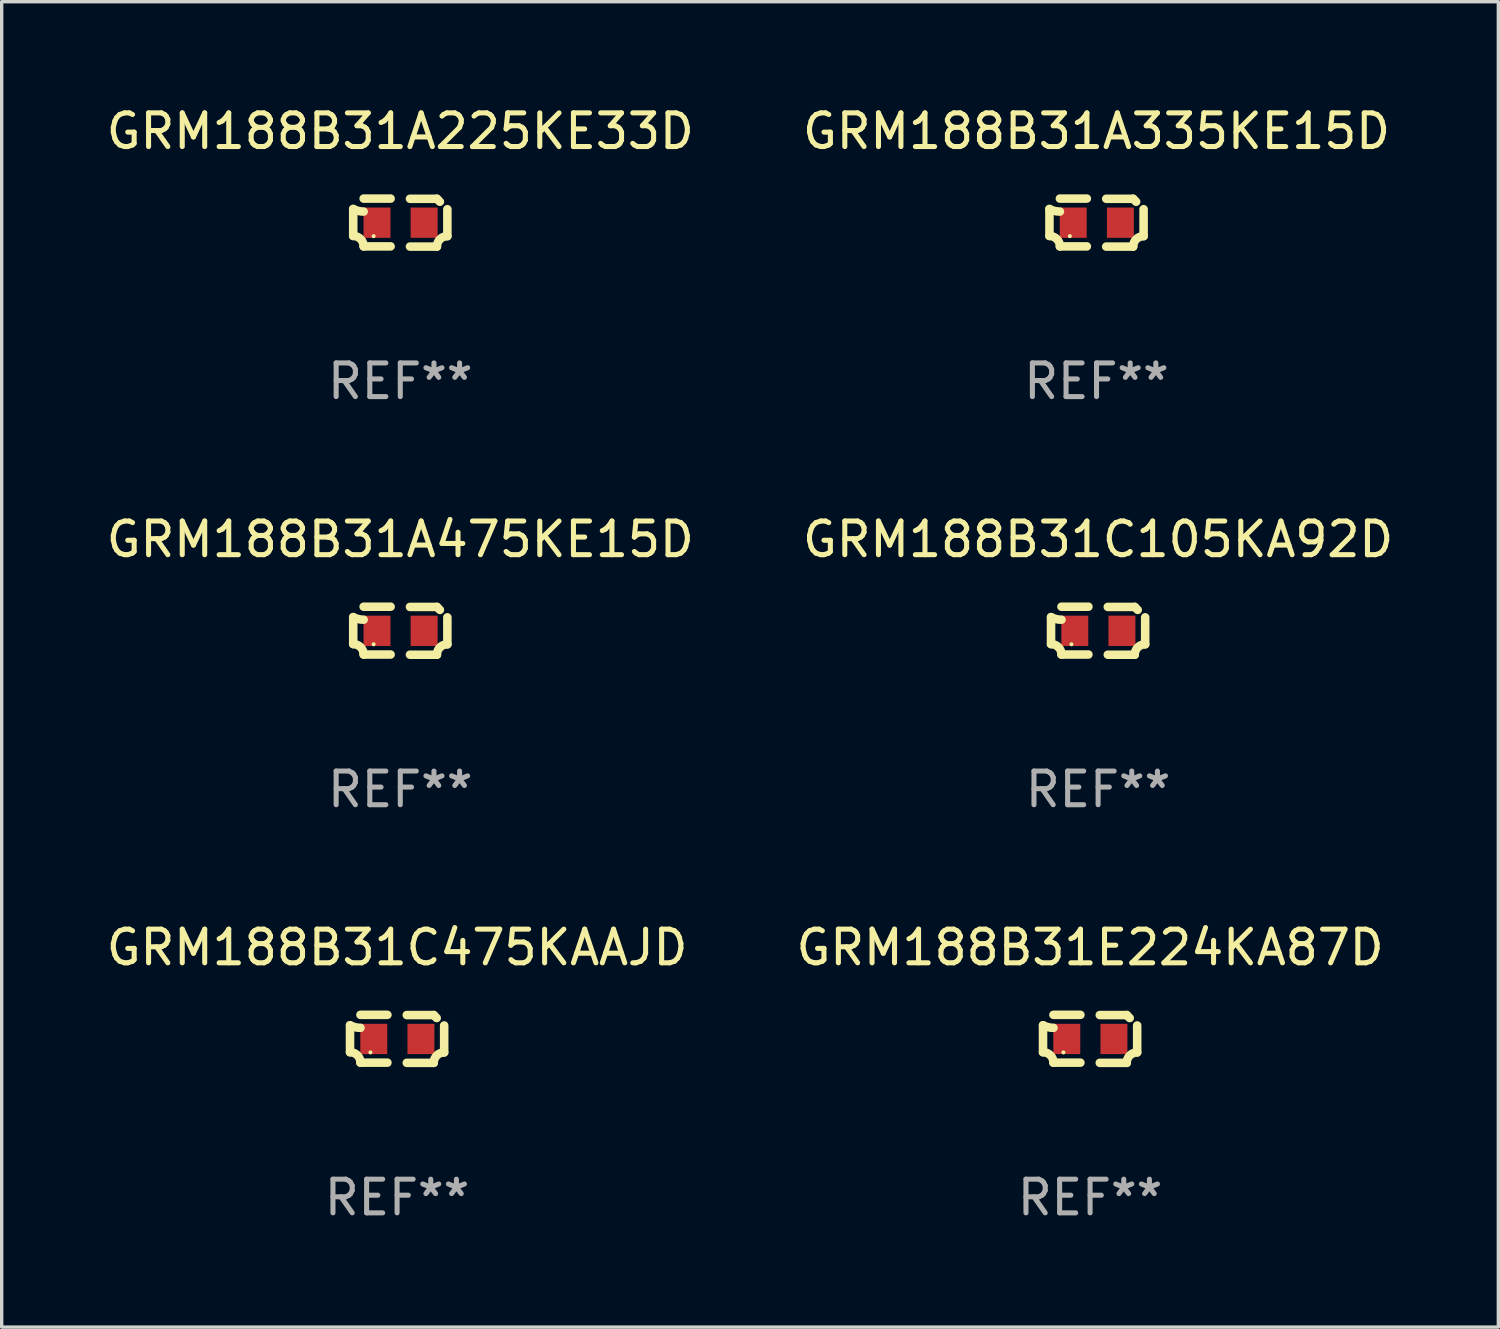
<source format=kicad_pcb>
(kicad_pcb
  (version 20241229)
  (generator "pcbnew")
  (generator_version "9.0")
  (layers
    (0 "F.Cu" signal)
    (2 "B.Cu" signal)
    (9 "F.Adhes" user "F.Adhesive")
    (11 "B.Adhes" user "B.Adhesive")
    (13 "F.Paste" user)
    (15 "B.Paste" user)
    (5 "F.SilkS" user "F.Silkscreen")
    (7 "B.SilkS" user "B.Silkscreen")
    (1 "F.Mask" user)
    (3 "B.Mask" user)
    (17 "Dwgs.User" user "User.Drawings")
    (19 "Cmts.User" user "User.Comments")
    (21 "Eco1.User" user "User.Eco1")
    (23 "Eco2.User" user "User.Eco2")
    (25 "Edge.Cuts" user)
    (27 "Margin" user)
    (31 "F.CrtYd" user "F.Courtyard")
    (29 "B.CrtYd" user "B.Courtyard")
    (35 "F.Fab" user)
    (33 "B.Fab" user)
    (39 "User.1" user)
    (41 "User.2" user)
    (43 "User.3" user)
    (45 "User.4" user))
  (footprint "GRM188B31A475KE15D"
    (layer "F.Cu")
    (at 8.839 15.683)
    (property "Reference" "GRM188B31A475KE15D" (at 0 -2.713 0) (layer "F.SilkS") (effects (font (size 1 1) (thickness 0.15))))
    (attr through_hole)
    (fp_line (start -1.398 -0.403) (end -1.398 0.397) (stroke (width 0.254) (type solid)) (layer "F.SilkS"))
    (fp_line (start -0.288 -0.713) (end -1.088 -0.713) (stroke (width 0.254) (type solid)) (layer "F.SilkS"))
    (fp_line (start -0.288 0.707) (end -1.088 0.707) (stroke (width 0.254) (type solid)) (layer "F.SilkS"))
    (fp_line (start 0.288 -0.707) (end 1.088 -0.707) (stroke (width 0.254) (type solid)) (layer "F.SilkS"))
    (fp_line (start 0.288 0.713) (end 1.088 0.713) (stroke (width 0.254) (type solid)) (layer "F.SilkS"))
    (fp_line (start 1.398 -0.397) (end 1.398 0.403) (stroke (width 0.254) (type solid)) (layer "F.SilkS"))
    (fp_arc (start -1.397789 0.397066) (mid -1.178701 0.487826) (end -1.08796 0.706922) (stroke (width 0.254001) (type solid)) (layer "F.SilkS"))
    (fp_arc (start -1.08796 -0.327176) (mid -1.247436 -0.346384) (end -1.39779 -0.402908) (stroke (width 0.254001) (type solid)) (layer "F.SilkS"))
    (fp_arc (start 1.087909 0.712738) (mid 1.178656 0.493655) (end 1.397739 0.402908) (stroke (width 0.254001) (type solid)) (layer "F.SilkS"))
    (fp_arc (start 1.175925 -0.618926) (mid 1.131917 -0.662923) (end 1.08791 -0.706922) (stroke (width 0.254001) (type solid)) (layer "F.SilkS"))
    (fp_circle (center -0.792 0.403) (end -0.762 0.403) (stroke (width 0.06) (type solid)) (fill no) (layer "F.SilkS"))
    (fp_text user "REF**" (at 0 4.713 0) (layer "F.Fab") (effects (font (size 1 1) (thickness 0.15))))
    (pad "1" smd rect (at -0.692 0.003) (size 0.8 0.9) (layers "F.Cu" "F.Mask" "F.Paste"))
    (pad "2" smd rect (at 0.708 0.003) (size 0.8 0.9) (layers "F.Cu" "F.Mask" "F.Paste")))
  (footprint "GRM188B31A225KE33D"
    (layer "F.Cu")
    (at 8.839 3.561)
    (property "Reference" "GRM188B31A225KE33D" (at 0 -2.713 0) (layer "F.SilkS") (effects (font (size 1 1) (thickness 0.15))))
    (attr through_hole)
    (fp_line (start -1.398 -0.403) (end -1.398 0.397) (stroke (width 0.254) (type solid)) (layer "F.SilkS"))
    (fp_line (start -0.288 -0.713) (end -1.088 -0.713) (stroke (width 0.254) (type solid)) (layer "F.SilkS"))
    (fp_line (start -0.288 0.707) (end -1.088 0.707) (stroke (width 0.254) (type solid)) (layer "F.SilkS"))
    (fp_line (start 0.288 -0.707) (end 1.088 -0.707) (stroke (width 0.254) (type solid)) (layer "F.SilkS"))
    (fp_line (start 0.288 0.713) (end 1.088 0.713) (stroke (width 0.254) (type solid)) (layer "F.SilkS"))
    (fp_line (start 1.398 -0.397) (end 1.398 0.403) (stroke (width 0.254) (type solid)) (layer "F.SilkS"))
    (fp_arc (start -1.397789 0.397066) (mid -1.178701 0.487826) (end -1.08796 0.706922) (stroke (width 0.254001) (type solid)) (layer "F.SilkS"))
    (fp_arc (start -1.08796 -0.327176) (mid -1.247436 -0.346384) (end -1.39779 -0.402908) (stroke (width 0.254001) (type solid)) (layer "F.SilkS"))
    (fp_arc (start 1.087909 0.712738) (mid 1.178656 0.493655) (end 1.397739 0.402908) (stroke (width 0.254001) (type solid)) (layer "F.SilkS"))
    (fp_arc (start 1.175925 -0.618926) (mid 1.131917 -0.662923) (end 1.08791 -0.706922) (stroke (width 0.254001) (type solid)) (layer "F.SilkS"))
    (fp_circle (center -0.792 0.403) (end -0.762 0.403) (stroke (width 0.06) (type solid)) (fill no) (layer "F.SilkS"))
    (fp_text user "REF**" (at 0 4.713 0) (layer "F.Fab") (effects (font (size 1 1) (thickness 0.15))))
    (pad "1" smd rect (at -0.692 0.003) (size 0.8 0.9) (layers "F.Cu" "F.Mask" "F.Paste"))
    (pad "2" smd rect (at 0.708 0.003) (size 0.8 0.9) (layers "F.Cu" "F.Mask" "F.Paste")))
  (footprint "GRM188B31C105KA92D"
    (layer "F.Cu")
    (at 29.565 15.683)
    (property "Reference" "GRM188B31C105KA92D" (at 0 -2.713 0) (layer "F.SilkS") (effects (font (size 1 1) (thickness 0.15))))
    (attr through_hole)
    (fp_line (start -1.398 -0.403) (end -1.398 0.397) (stroke (width 0.254) (type solid)) (layer "F.SilkS"))
    (fp_line (start -0.288 -0.713) (end -1.088 -0.713) (stroke (width 0.254) (type solid)) (layer "F.SilkS"))
    (fp_line (start -0.288 0.707) (end -1.088 0.707) (stroke (width 0.254) (type solid)) (layer "F.SilkS"))
    (fp_line (start 0.288 -0.707) (end 1.088 -0.707) (stroke (width 0.254) (type solid)) (layer "F.SilkS"))
    (fp_line (start 0.288 0.713) (end 1.088 0.713) (stroke (width 0.254) (type solid)) (layer "F.SilkS"))
    (fp_line (start 1.398 -0.397) (end 1.398 0.403) (stroke (width 0.254) (type solid)) (layer "F.SilkS"))
    (fp_arc (start -1.397789 0.397066) (mid -1.178701 0.487826) (end -1.08796 0.706922) (stroke (width 0.254001) (type solid)) (layer "F.SilkS"))
    (fp_arc (start -1.08796 -0.327176) (mid -1.247436 -0.346384) (end -1.39779 -0.402908) (stroke (width 0.254001) (type solid)) (layer "F.SilkS"))
    (fp_arc (start 1.087909 0.712738) (mid 1.178656 0.493655) (end 1.397739 0.402908) (stroke (width 0.254001) (type solid)) (layer "F.SilkS"))
    (fp_arc (start 1.175925 -0.618926) (mid 1.131917 -0.662923) (end 1.08791 -0.706922) (stroke (width 0.254001) (type solid)) (layer "F.SilkS"))
    (fp_circle (center -0.792 0.403) (end -0.762 0.403) (stroke (width 0.06) (type solid)) (fill no) (layer "F.SilkS"))
    (fp_text user "REF**" (at 0 4.713 0) (layer "F.Fab") (effects (font (size 1 1) (thickness 0.15))))
    (pad "1" smd rect (at -0.692 0.003) (size 0.8 0.9) (layers "F.Cu" "F.Mask" "F.Paste"))
    (pad "2" smd rect (at 0.708 0.003) (size 0.8 0.9) (layers "F.Cu" "F.Mask" "F.Paste")))
  (footprint "GRM188B31A335KE15D"
    (layer "F.Cu")
    (at 29.518 3.561)
    (property "Reference" "GRM188B31A335KE15D" (at 0 -2.713 0) (layer "F.SilkS") (effects (font (size 1 1) (thickness 0.15))))
    (attr through_hole)
    (fp_line (start -1.398 -0.403) (end -1.398 0.397) (stroke (width 0.254) (type solid)) (layer "F.SilkS"))
    (fp_line (start -0.288 -0.713) (end -1.088 -0.713) (stroke (width 0.254) (type solid)) (layer "F.SilkS"))
    (fp_line (start -0.288 0.707) (end -1.088 0.707) (stroke (width 0.254) (type solid)) (layer "F.SilkS"))
    (fp_line (start 0.288 -0.707) (end 1.088 -0.707) (stroke (width 0.254) (type solid)) (layer "F.SilkS"))
    (fp_line (start 0.288 0.713) (end 1.088 0.713) (stroke (width 0.254) (type solid)) (layer "F.SilkS"))
    (fp_line (start 1.398 -0.397) (end 1.398 0.403) (stroke (width 0.254) (type solid)) (layer "F.SilkS"))
    (fp_arc (start -1.397789 0.397066) (mid -1.178701 0.487826) (end -1.08796 0.706922) (stroke (width 0.254001) (type solid)) (layer "F.SilkS"))
    (fp_arc (start -1.08796 -0.327176) (mid -1.247436 -0.346384) (end -1.39779 -0.402908) (stroke (width 0.254001) (type solid)) (layer "F.SilkS"))
    (fp_arc (start 1.087909 0.712738) (mid 1.178656 0.493655) (end 1.397739 0.402908) (stroke (width 0.254001) (type solid)) (layer "F.SilkS"))
    (fp_arc (start 1.175925 -0.618926) (mid 1.131917 -0.662923) (end 1.08791 -0.706922) (stroke (width 0.254001) (type solid)) (layer "F.SilkS"))
    (fp_circle (center -0.792 0.403) (end -0.762 0.403) (stroke (width 0.06) (type solid)) (fill no) (layer "F.SilkS"))
    (fp_text user "REF**" (at 0 4.713 0) (layer "F.Fab") (effects (font (size 1 1) (thickness 0.15))))
    (pad "1" smd rect (at -0.692 0.003) (size 0.8 0.9) (layers "F.Cu" "F.Mask" "F.Paste"))
    (pad "2" smd rect (at 0.708 0.003) (size 0.8 0.9) (layers "F.Cu" "F.Mask" "F.Paste")))
  (footprint "GRM188B31E224KA87D"
    (layer "F.Cu")
    (at 29.327 27.805)
    (property "Reference" "GRM188B31E224KA87D" (at 0 -2.713 0) (layer "F.SilkS") (effects (font (size 1 1) (thickness 0.15))))
    (attr through_hole)
    (fp_line (start -1.398 -0.403) (end -1.398 0.397) (stroke (width 0.254) (type solid)) (layer "F.SilkS"))
    (fp_line (start -0.288 -0.713) (end -1.088 -0.713) (stroke (width 0.254) (type solid)) (layer "F.SilkS"))
    (fp_line (start -0.288 0.707) (end -1.088 0.707) (stroke (width 0.254) (type solid)) (layer "F.SilkS"))
    (fp_line (start 0.288 -0.707) (end 1.088 -0.707) (stroke (width 0.254) (type solid)) (layer "F.SilkS"))
    (fp_line (start 0.288 0.713) (end 1.088 0.713) (stroke (width 0.254) (type solid)) (layer "F.SilkS"))
    (fp_line (start 1.398 -0.397) (end 1.398 0.403) (stroke (width 0.254) (type solid)) (layer "F.SilkS"))
    (fp_arc (start -1.397789 0.397066) (mid -1.178701 0.487826) (end -1.08796 0.706922) (stroke (width 0.254001) (type solid)) (layer "F.SilkS"))
    (fp_arc (start -1.08796 -0.327176) (mid -1.247436 -0.346384) (end -1.39779 -0.402908) (stroke (width 0.254001) (type solid)) (layer "F.SilkS"))
    (fp_arc (start 1.087909 0.712738) (mid 1.178656 0.493655) (end 1.397739 0.402908) (stroke (width 0.254001) (type solid)) (layer "F.SilkS"))
    (fp_arc (start 1.175925 -0.618926) (mid 1.131917 -0.662923) (end 1.08791 -0.706922) (stroke (width 0.254001) (type solid)) (layer "F.SilkS"))
    (fp_circle (center -0.792 0.403) (end -0.762 0.403) (stroke (width 0.06) (type solid)) (fill no) (layer "F.SilkS"))
    (fp_text user "REF**" (at 0 4.713 0) (layer "F.Fab") (effects (font (size 1 1) (thickness 0.15))))
    (pad "1" smd rect (at -0.692 0.003) (size 0.8 0.9) (layers "F.Cu" "F.Mask" "F.Paste"))
    (pad "2" smd rect (at 0.708 0.003) (size 0.8 0.9) (layers "F.Cu" "F.Mask" "F.Paste")))
  (footprint "GRM188B31C475KAAJD"
    (layer "F.Cu")
    (at 8.744 27.805)
    (property "Reference" "GRM188B31C475KAAJD" (at 0 -2.713 0) (layer "F.SilkS") (effects (font (size 1 1) (thickness 0.15))))
    (attr through_hole)
    (fp_line (start -1.398 -0.403) (end -1.398 0.397) (stroke (width 0.254) (type solid)) (layer "F.SilkS"))
    (fp_line (start -0.288 -0.713) (end -1.088 -0.713) (stroke (width 0.254) (type solid)) (layer "F.SilkS"))
    (fp_line (start -0.288 0.707) (end -1.088 0.707) (stroke (width 0.254) (type solid)) (layer "F.SilkS"))
    (fp_line (start 0.288 -0.707) (end 1.088 -0.707) (stroke (width 0.254) (type solid)) (layer "F.SilkS"))
    (fp_line (start 0.288 0.713) (end 1.088 0.713) (stroke (width 0.254) (type solid)) (layer "F.SilkS"))
    (fp_line (start 1.398 -0.397) (end 1.398 0.403) (stroke (width 0.254) (type solid)) (layer "F.SilkS"))
    (fp_arc (start -1.397789 0.397066) (mid -1.178701 0.487826) (end -1.08796 0.706922) (stroke (width 0.254001) (type solid)) (layer "F.SilkS"))
    (fp_arc (start -1.08796 -0.327176) (mid -1.247436 -0.346384) (end -1.39779 -0.402908) (stroke (width 0.254001) (type solid)) (layer "F.SilkS"))
    (fp_arc (start 1.087909 0.712738) (mid 1.178656 0.493655) (end 1.397739 0.402908) (stroke (width 0.254001) (type solid)) (layer "F.SilkS"))
    (fp_arc (start 1.175925 -0.618926) (mid 1.131917 -0.662923) (end 1.08791 -0.706922) (stroke (width 0.254001) (type solid)) (layer "F.SilkS"))
    (fp_circle (center -0.792 0.403) (end -0.762 0.403) (stroke (width 0.06) (type solid)) (fill no) (layer "F.SilkS"))
    (fp_text user "REF**" (at 0 4.713 0) (layer "F.Fab") (effects (font (size 1 1) (thickness 0.15))))
    (pad "1" smd rect (at -0.692 0.003) (size 0.8 0.9) (layers "F.Cu" "F.Mask" "F.Paste"))
    (pad "2" smd rect (at 0.708 0.003) (size 0.8 0.9) (layers "F.Cu" "F.Mask" "F.Paste")))
  (gr_rect
    (start -3 -3)
    (end 41.452 36.366)
    (stroke (width 0.1) (type default))
    (fill no)
    (layer "Edge.Cuts")))
</source>
